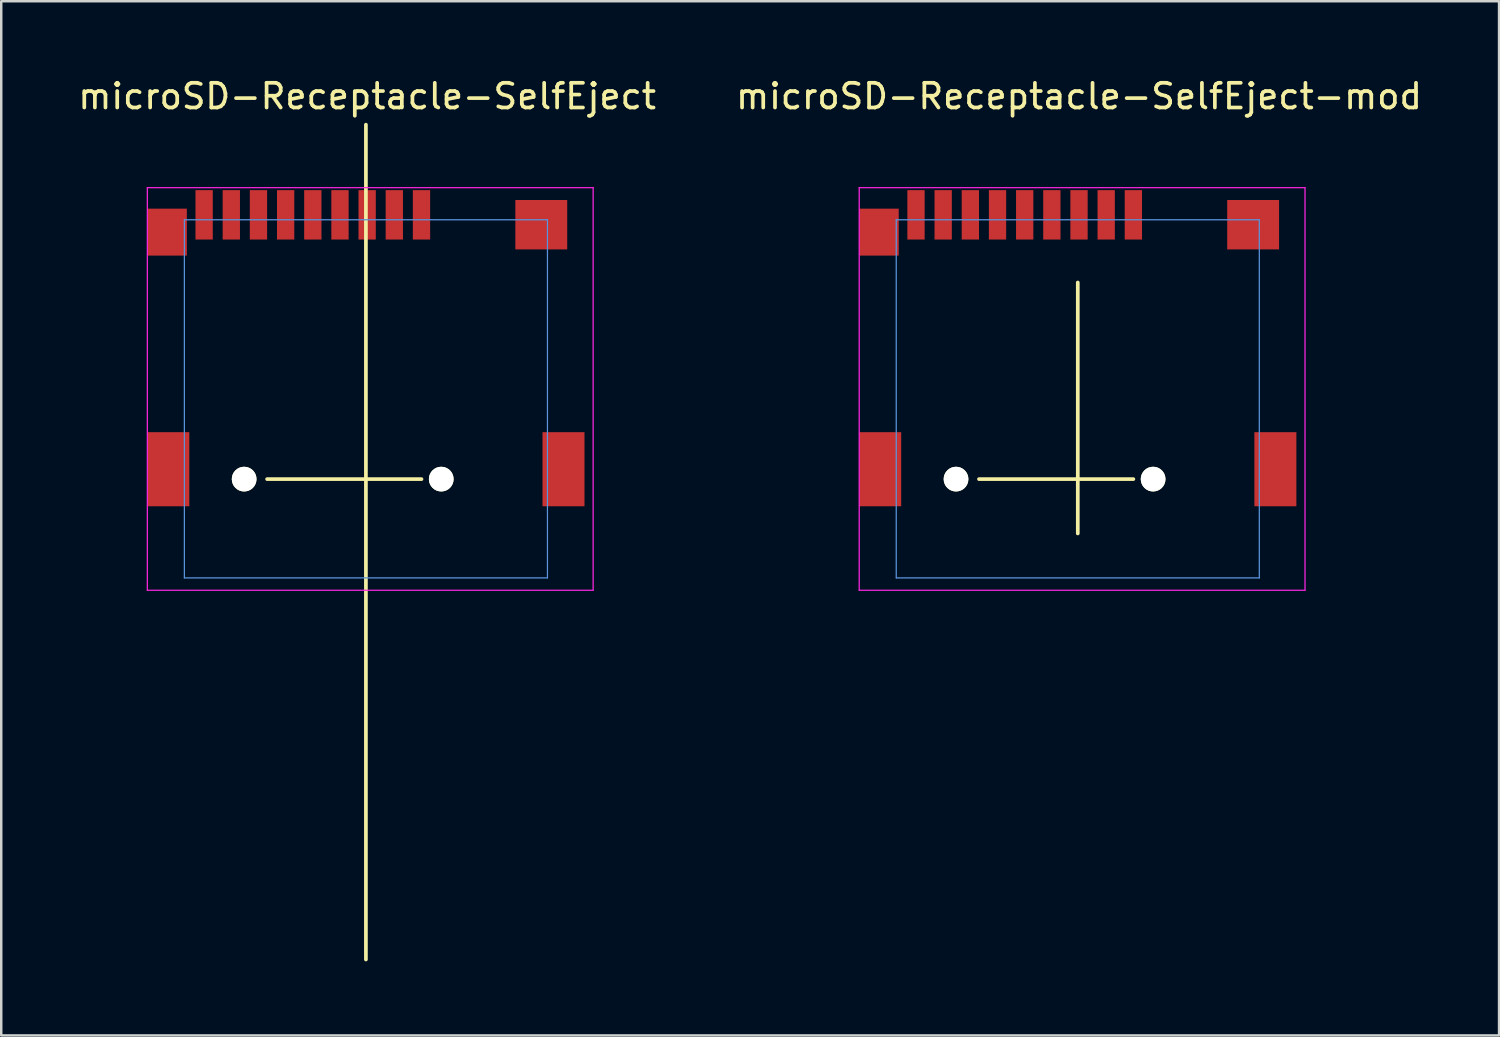
<source format=kicad_pcb>
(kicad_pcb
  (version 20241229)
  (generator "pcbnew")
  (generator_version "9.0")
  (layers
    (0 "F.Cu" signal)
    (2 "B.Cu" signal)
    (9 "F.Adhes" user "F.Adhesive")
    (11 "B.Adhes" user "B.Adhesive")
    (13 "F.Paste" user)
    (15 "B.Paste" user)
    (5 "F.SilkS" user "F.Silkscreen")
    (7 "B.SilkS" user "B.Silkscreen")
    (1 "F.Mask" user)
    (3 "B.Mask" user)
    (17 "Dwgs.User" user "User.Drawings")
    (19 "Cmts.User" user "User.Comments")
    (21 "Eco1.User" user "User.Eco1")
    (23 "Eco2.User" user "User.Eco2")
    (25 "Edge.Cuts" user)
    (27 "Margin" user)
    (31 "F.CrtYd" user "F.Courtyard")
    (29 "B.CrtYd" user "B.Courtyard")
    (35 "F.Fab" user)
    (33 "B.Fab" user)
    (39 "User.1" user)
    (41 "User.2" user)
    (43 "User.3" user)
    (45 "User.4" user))
  (footprint "microSD-Receptacle-SelfEject"
    (layer "F.Cu")
    (at 11.765 5.848)
    (property "Reference" "microSD-Receptacle-SelfEject" (at 0.05 -5 0) (layer "F.SilkS") (effects (font (size 1 1) (thickness 0.15))))
    (attr through_hole)
    (fp_line (start 0 -3.85) (end 0 29.95) (stroke (width 0.15) (type solid)) (layer "F.SilkS"))
    (fp_line (start 2.25 10.5) (end -4 10.5) (stroke (width 0.15) (type solid)) (layer "F.SilkS"))
    (fp_line (start -7.35 0) (end -7.35 14.5) (stroke (width 0.05) (type solid)) (layer "Cmts.User"))
    (fp_line (start -7.35 14.5) (end 7.35 14.5) (stroke (width 0.05) (type solid)) (layer "Cmts.User"))
    (fp_line (start 7.35 0) (end -7.35 0) (stroke (width 0.05) (type solid)) (layer "Cmts.User"))
    (fp_line (start 7.35 14.5) (end 7.35 0) (stroke (width 0.05) (type solid)) (layer "Cmts.User"))
    (fp_line (start -8.85 -1.3) (end -8.85 15) (stroke (width 0.05) (type solid)) (layer "F.CrtYd"))
    (fp_line (start -8.85 15) (end 9.2 15) (stroke (width 0.05) (type solid)) (layer "F.CrtYd"))
    (fp_line (start 9.2 -1.3) (end -8.85 -1.3) (stroke (width 0.05) (type solid)) (layer "F.CrtYd"))
    (fp_line (start 9.2 15) (end 9.2 -1.3) (stroke (width 0.05) (type solid)) (layer "F.CrtYd"))
    (pad "" np_thru_hole circle (at -4.93 10.5 180) (size 1 1) (drill 1) (layers "*.Cu" "*.Mask" "F.SilkS"))
    (pad "" np_thru_hole circle (at 3.05 10.5 180) (size 1 1) (drill 1) (layers "*.Cu" "*.Mask" "F.SilkS"))
    (pad "1" smd rect (at 2.25 -0.2 180) (size 0.7 2) (layers "F.Cu" "F.Mask" "F.Paste"))
    (pad "2" smd rect (at 1.15 -0.2 180) (size 0.7 2) (layers "F.Cu" "F.Mask" "F.Paste"))
    (pad "3" smd rect (at 0.05 -0.2 180) (size 0.7 2) (layers "F.Cu" "F.Mask" "F.Paste"))
    (pad "4" smd rect (at -1.05 -0.2 180) (size 0.7 2) (layers "F.Cu" "F.Mask" "F.Paste"))
    (pad "5" smd rect (at -2.15 -0.2 180) (size 0.7 2) (layers "F.Cu" "F.Mask" "F.Paste"))
    (pad "6" smd rect (at -3.25 -0.2 180) (size 0.7 2) (layers "F.Cu" "F.Mask" "F.Paste"))
    (pad "7" smd rect (at -4.35 -0.2 180) (size 0.7 2) (layers "F.Cu" "F.Mask" "F.Paste"))
    (pad "8" smd rect (at -5.45 -0.2 180) (size 0.7 2) (layers "F.Cu" "F.Mask" "F.Paste"))
    (pad "9" smd rect (at -6.55 -0.2 180) (size 0.7 2) (layers "F.Cu" "F.Mask" "F.Paste"))
    (pad "11" smd rect (at -8.05 0.5 180) (size 1.6 1.9) (layers "F.Cu" "F.Mask" "F.Paste"))
    (pad "11" smd rect (at -8 10.1 180) (size 1.7 3) (layers "F.Cu" "F.Mask" "F.Paste"))
    (pad "11" smd rect (at 7.1 0.2 180) (size 2.1 2) (layers "F.Cu" "F.Mask" "F.Paste"))
    (pad "11" smd rect (at 8 10.1 180) (size 1.7 3) (layers "F.Cu" "F.Mask" "F.Paste")))
  (footprint "microSD-Receptacle-SelfEject-mod"
    (layer "F.Cu")
    (at 40.587 5.848)
    (property "Reference" "microSD-Receptacle-SelfEject-mod" (at 0.05 -5 0) (layer "F.SilkS") (effects (font (size 1 1) (thickness 0.15))))
    (attr through_hole)
    (fp_line (start 0 2.54) (end 0 12.7) (stroke (width 0.15) (type solid)) (layer "F.SilkS"))
    (fp_line (start 2.25 10.5) (end -4 10.5) (stroke (width 0.15) (type solid)) (layer "F.SilkS"))
    (fp_line (start -7.35 0) (end -7.35 14.5) (stroke (width 0.05) (type solid)) (layer "Cmts.User"))
    (fp_line (start -7.35 14.5) (end 7.35 14.5) (stroke (width 0.05) (type solid)) (layer "Cmts.User"))
    (fp_line (start 7.35 0) (end -7.35 0) (stroke (width 0.05) (type solid)) (layer "Cmts.User"))
    (fp_line (start 7.35 14.5) (end 7.35 0) (stroke (width 0.05) (type solid)) (layer "Cmts.User"))
    (fp_line (start -8.85 -1.3) (end -8.85 15) (stroke (width 0.05) (type solid)) (layer "F.CrtYd"))
    (fp_line (start -8.85 15) (end 9.2 15) (stroke (width 0.05) (type solid)) (layer "F.CrtYd"))
    (fp_line (start 9.2 -1.3) (end -8.85 -1.3) (stroke (width 0.05) (type solid)) (layer "F.CrtYd"))
    (fp_line (start 9.2 15) (end 9.2 -1.3) (stroke (width 0.05) (type solid)) (layer "F.CrtYd"))
    (pad "" np_thru_hole circle (at -4.93 10.5 180) (size 1 1) (drill 1) (layers "*.Cu" "*.Mask" "F.SilkS"))
    (pad "" np_thru_hole circle (at 3.05 10.5 180) (size 1 1) (drill 1) (layers "*.Cu" "*.Mask" "F.SilkS"))
    (pad "1" smd rect (at 2.25 -0.2 180) (size 0.7 2) (layers "F.Cu" "F.Mask" "F.Paste"))
    (pad "2" smd rect (at 1.15 -0.2 180) (size 0.7 2) (layers "F.Cu" "F.Mask" "F.Paste"))
    (pad "3" smd rect (at 0.05 -0.2 180) (size 0.7 2) (layers "F.Cu" "F.Mask" "F.Paste"))
    (pad "4" smd rect (at -1.05 -0.2 180) (size 0.7 2) (layers "F.Cu" "F.Mask" "F.Paste"))
    (pad "5" smd rect (at -2.15 -0.2 180) (size 0.7 2) (layers "F.Cu" "F.Mask" "F.Paste"))
    (pad "6" smd rect (at -8.05 0.5 180) (size 1.6 1.9) (layers "F.Cu" "F.Mask" "F.Paste"))
    (pad "6" smd rect (at -8 10.1 180) (size 1.7 3) (layers "F.Cu" "F.Mask" "F.Paste"))
    (pad "6" smd rect (at -3.25 -0.2 180) (size 0.7 2) (layers "F.Cu" "F.Mask" "F.Paste"))
    (pad "6" smd rect (at 7.1 0.2 180) (size 2.1 2) (layers "F.Cu" "F.Mask" "F.Paste"))
    (pad "6" smd rect (at 8 10.1 180) (size 1.7 3) (layers "F.Cu" "F.Mask" "F.Paste"))
    (pad "7" smd rect (at -4.35 -0.2 180) (size 0.7 2) (layers "F.Cu" "F.Mask" "F.Paste"))
    (pad "8" smd rect (at -5.45 -0.2 180) (size 0.7 2) (layers "F.Cu" "F.Mask" "F.Paste"))
    (pad "9" smd rect (at -6.55 -0.2 180) (size 0.7 2) (layers "F.Cu" "F.Mask" "F.Paste")))
  (gr_rect
    (start -3 -3)
    (end 57.643 38.873)
    (stroke (width 0.1) (type default))
    (fill no)
    (layer "Edge.Cuts")))
</source>
